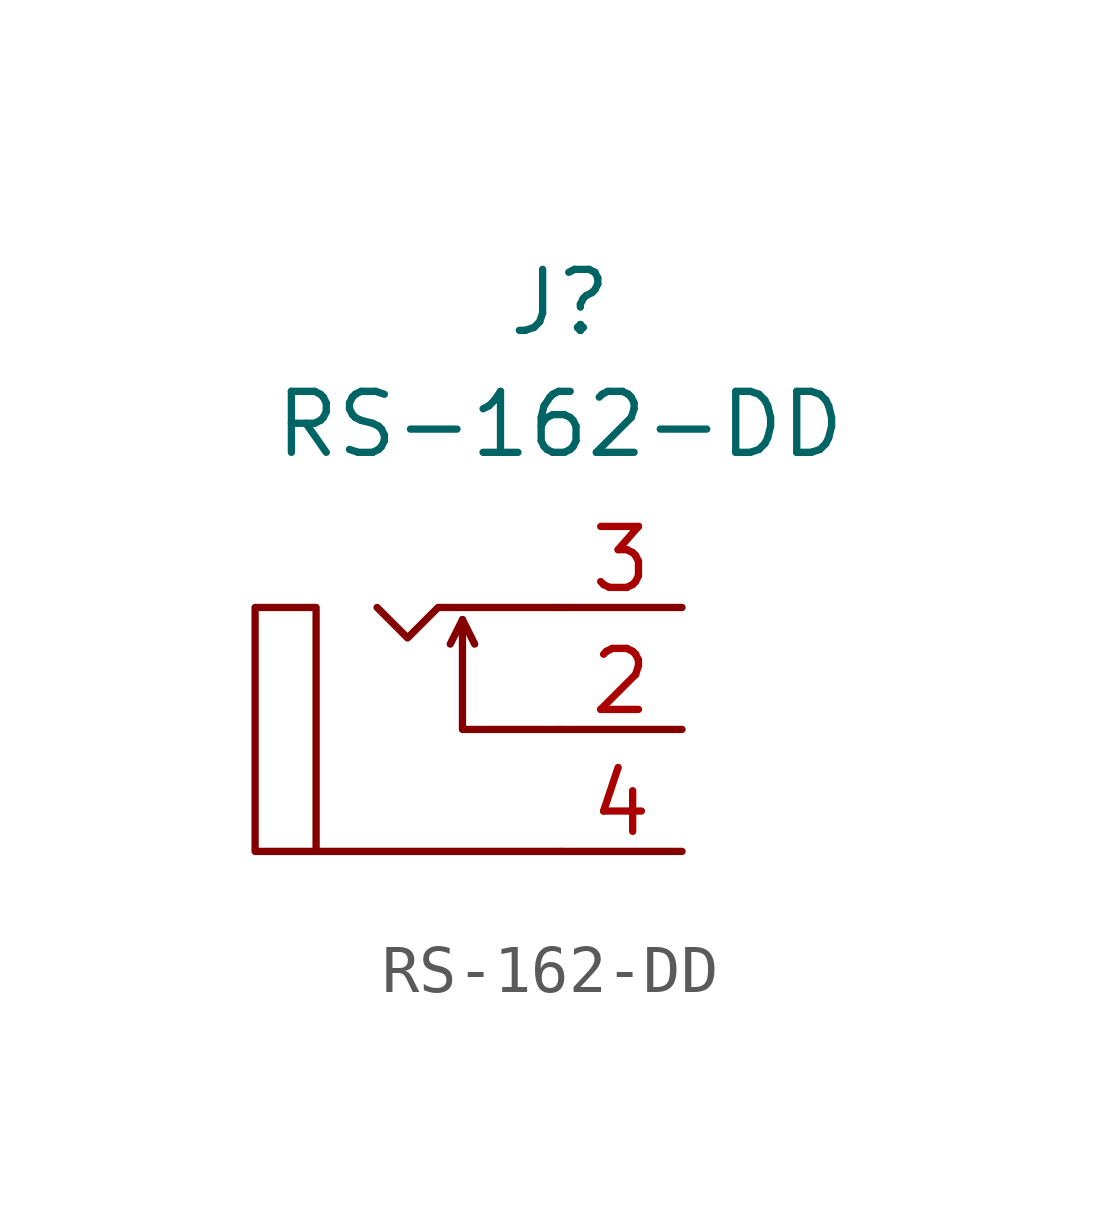
<source format=kicad_sym>
(kicad_symbol_lib
  (version 20241209)
  (generator "kicad_symbol_editor")
  (generator_version "9.0")
  (symbol "RS-162-DD"
    (property "Reference" "J"
      (at 0 8.89 0)
      (effects (font (size 1.27 1.27))))
    (property "Value" "RS-162-DD"
      (at 0 6.35 0)
      (effects (font (size 1.27 1.27))))
    (symbol "RS-162-DD_0_1"
      (polyline (pts (xy -3.81 2.54) (xy -3.175 1.905) (xy -2.54 2.54) (xy 0 2.54)) (stroke (width 0.152) (type default)) (fill (type none)))
      (polyline (pts (xy -2.032 2.286) (xy -1.778 1.778)) (stroke (width 0) (type default)) (fill (type none)))
      (polyline (pts (xy 0 0) (xy -2.032 0) (xy -2.032 2.286) (xy -2.286 1.778)) (stroke (width 0) (type default)) (fill (type none))))
    (symbol "RS-162-DD_1_1"
      (rectangle (start -6.35 2.54) (end -5.08 -2.54) (stroke (width 0.152) (type solid)) (fill (type none)))
      (polyline (pts (xy -5.08 -2.54) (xy 0 -2.54)) (stroke (width 0) (type default)) (fill (type none)))
      (pin passive line (at 2.54 2.54 180) (length 2.54) (name "" (effects (font (size 1.27 1.27)))) (number "3" (effects (font (size 1.27 1.27)))))
      (pin passive line (at 2.54 0 180) (length 2.54) (name "" (effects (font (size 1.27 1.27)))) (number "2" (effects (font (size 1.27 1.27)))))
      (pin passive line (at 2.54 -2.54 180) (length 2.54) (name "" (effects (font (size 1.27 1.27)))) (number "4" (effects (font (size 1.27 1.27))))))))
</source>
